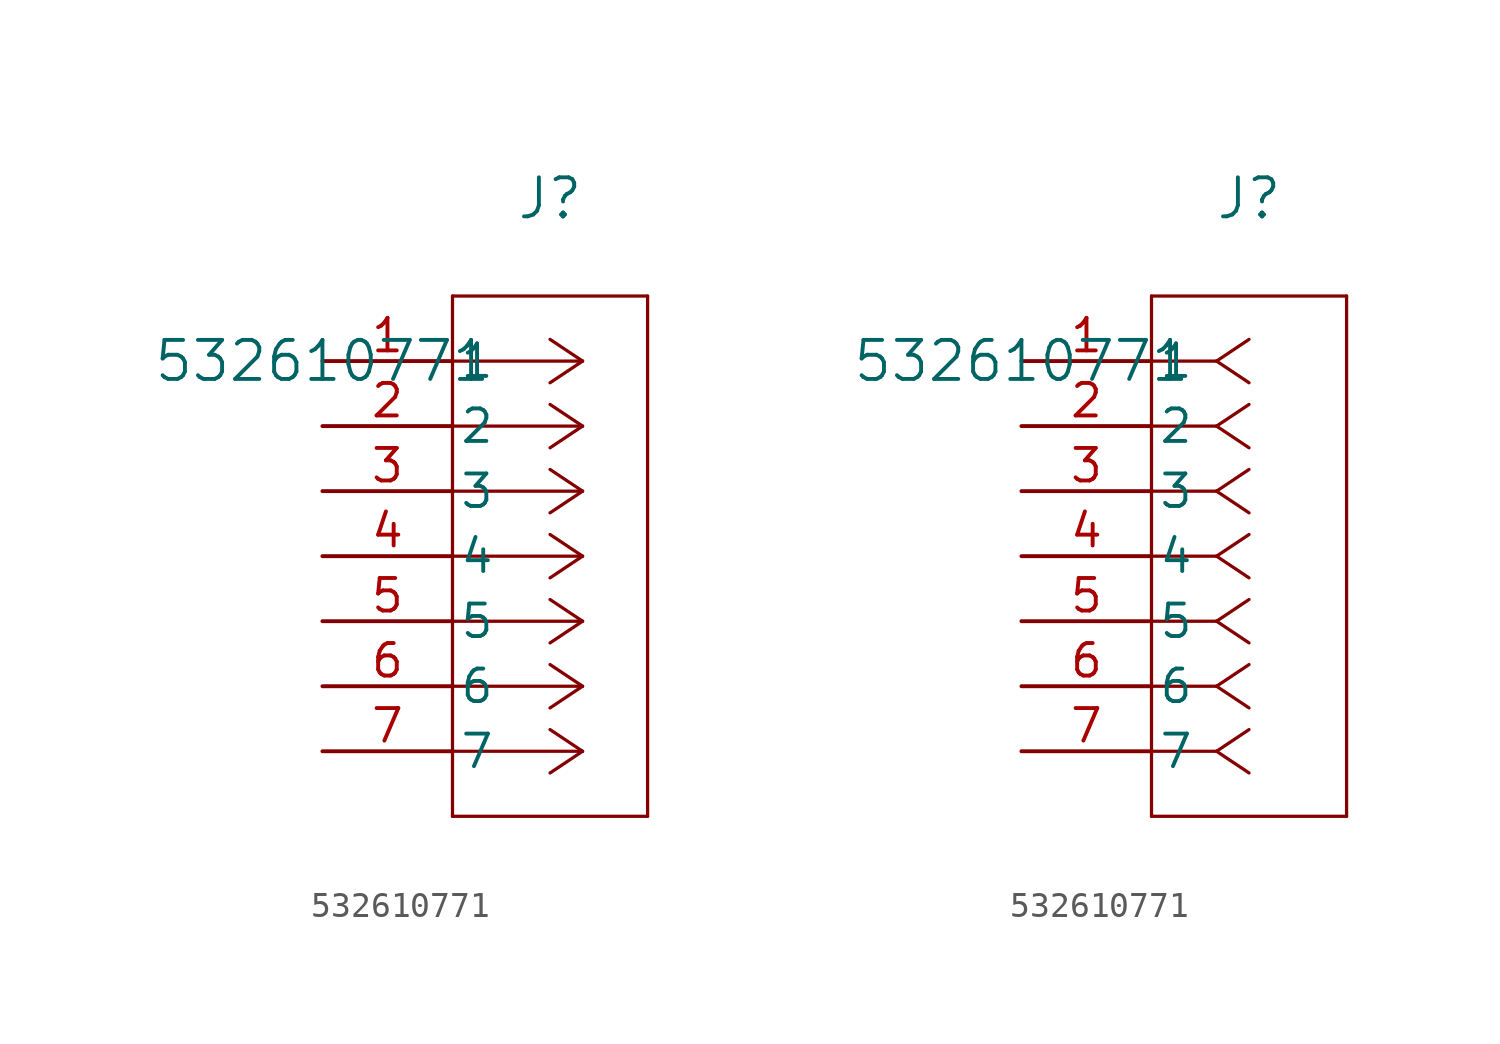
<source format=kicad_sym>
(kicad_symbol_lib
  (version 20211014)
  (generator kicad_symbol_editor)
  (symbol "532610771"
    (pin_names
      (offset 0.254))
    (property "Reference" "J"
      (at 8.89 6.35 0)
      (effects (font (size 1.524 1.524))))
    (property "Value" "532610771"
      (at 0 0 0)
      (effects (font (size 1.524 1.524))))
    (symbol "532610771_1_1"
      (polyline (pts (xy 10.16 0) (xy 5.08 0)) (stroke (width 0.127) (type default) (color 0 0 0 0)) (fill (type none)))
      (polyline (pts (xy 10.16 -2.54) (xy 5.08 -2.54)) (stroke (width 0.127) (type default) (color 0 0 0 0)) (fill (type none)))
      (polyline (pts (xy 10.16 -5.08) (xy 5.08 -5.08)) (stroke (width 0.127) (type default) (color 0 0 0 0)) (fill (type none)))
      (polyline (pts (xy 10.16 -7.62) (xy 5.08 -7.62)) (stroke (width 0.127) (type default) (color 0 0 0 0)) (fill (type none)))
      (polyline (pts (xy 10.16 -10.16) (xy 5.08 -10.16)) (stroke (width 0.127) (type default) (color 0 0 0 0)) (fill (type none)))
      (polyline (pts (xy 10.16 -12.7) (xy 5.08 -12.7)) (stroke (width 0.127) (type default) (color 0 0 0 0)) (fill (type none)))
      (polyline (pts (xy 10.16 -15.24) (xy 5.08 -15.24)) (stroke (width 0.127) (type default) (color 0 0 0 0)) (fill (type none)))
      (polyline (pts (xy 10.16 0) (xy 8.89 0.847)) (stroke (width 0.127) (type default) (color 0 0 0 0)) (fill (type none)))
      (polyline (pts (xy 10.16 -2.54) (xy 8.89 -1.693)) (stroke (width 0.127) (type default) (color 0 0 0 0)) (fill (type none)))
      (polyline (pts (xy 10.16 -5.08) (xy 8.89 -4.233)) (stroke (width 0.127) (type default) (color 0 0 0 0)) (fill (type none)))
      (polyline (pts (xy 10.16 -7.62) (xy 8.89 -6.773)) (stroke (width 0.127) (type default) (color 0 0 0 0)) (fill (type none)))
      (polyline (pts (xy 10.16 -10.16) (xy 8.89 -9.313)) (stroke (width 0.127) (type default) (color 0 0 0 0)) (fill (type none)))
      (polyline (pts (xy 10.16 -12.7) (xy 8.89 -11.853)) (stroke (width 0.127) (type default) (color 0 0 0 0)) (fill (type none)))
      (polyline (pts (xy 10.16 -15.24) (xy 8.89 -14.393)) (stroke (width 0.127) (type default) (color 0 0 0 0)) (fill (type none)))
      (polyline (pts (xy 10.16 0) (xy 8.89 -0.847)) (stroke (width 0.127) (type default) (color 0 0 0 0)) (fill (type none)))
      (polyline (pts (xy 10.16 -2.54) (xy 8.89 -3.387)) (stroke (width 0.127) (type default) (color 0 0 0 0)) (fill (type none)))
      (polyline (pts (xy 10.16 -5.08) (xy 8.89 -5.927)) (stroke (width 0.127) (type default) (color 0 0 0 0)) (fill (type none)))
      (polyline (pts (xy 10.16 -7.62) (xy 8.89 -8.467)) (stroke (width 0.127) (type default) (color 0 0 0 0)) (fill (type none)))
      (polyline (pts (xy 10.16 -10.16) (xy 8.89 -11.007)) (stroke (width 0.127) (type default) (color 0 0 0 0)) (fill (type none)))
      (polyline (pts (xy 10.16 -12.7) (xy 8.89 -13.547)) (stroke (width 0.127) (type default) (color 0 0 0 0)) (fill (type none)))
      (polyline (pts (xy 10.16 -15.24) (xy 8.89 -16.087)) (stroke (width 0.127) (type default) (color 0 0 0 0)) (fill (type none)))
      (polyline (pts (xy 5.08 2.54) (xy 5.08 -17.78)) (stroke (width 0.127) (type default) (color 0 0 0 0)) (fill (type none)))
      (polyline (pts (xy 5.08 -17.78) (xy 12.7 -17.78)) (stroke (width 0.127) (type default) (color 0 0 0 0)) (fill (type none)))
      (polyline (pts (xy 12.7 -17.78) (xy 12.7 2.54)) (stroke (width 0.127) (type default) (color 0 0 0 0)) (fill (type none)))
      (polyline (pts (xy 12.7 2.54) (xy 5.08 2.54)) (stroke (width 0.127) (type default) (color 0 0 0 0)) (fill (type none)))
      (pin unspecified line (at 0 0 0) (length 5.08) (name "1" (effects (font (size 1.27 1.27)))) (number "1" (effects (font (size 1.27 1.27)))))
      (pin unspecified line (at 0 -2.54 0) (length 5.08) (name "2" (effects (font (size 1.27 1.27)))) (number "2" (effects (font (size 1.27 1.27)))))
      (pin unspecified line (at 0 -5.08 0) (length 5.08) (name "3" (effects (font (size 1.27 1.27)))) (number "3" (effects (font (size 1.27 1.27)))))
      (pin unspecified line (at 0 -7.62 0) (length 5.08) (name "4" (effects (font (size 1.27 1.27)))) (number "4" (effects (font (size 1.27 1.27)))))
      (pin unspecified line (at 0 -10.16 0) (length 5.08) (name "5" (effects (font (size 1.27 1.27)))) (number "5" (effects (font (size 1.27 1.27)))))
      (pin unspecified line (at 0 -12.7 0) (length 5.08) (name "6" (effects (font (size 1.27 1.27)))) (number "6" (effects (font (size 1.27 1.27)))))
      (pin unspecified line (at 0 -15.24 0) (length 5.08) (name "7" (effects (font (size 1.27 1.27)))) (number "7" (effects (font (size 1.27 1.27))))))
    (symbol "532610771_1_2"
      (polyline (pts (xy 7.62 0) (xy 5.08 0)) (stroke (width 0.127) (type default) (color 0 0 0 0)) (fill (type none)))
      (polyline (pts (xy 7.62 -2.54) (xy 5.08 -2.54)) (stroke (width 0.127) (type default) (color 0 0 0 0)) (fill (type none)))
      (polyline (pts (xy 7.62 -5.08) (xy 5.08 -5.08)) (stroke (width 0.127) (type default) (color 0 0 0 0)) (fill (type none)))
      (polyline (pts (xy 7.62 -7.62) (xy 5.08 -7.62)) (stroke (width 0.127) (type default) (color 0 0 0 0)) (fill (type none)))
      (polyline (pts (xy 7.62 -10.16) (xy 5.08 -10.16)) (stroke (width 0.127) (type default) (color 0 0 0 0)) (fill (type none)))
      (polyline (pts (xy 7.62 -12.7) (xy 5.08 -12.7)) (stroke (width 0.127) (type default) (color 0 0 0 0)) (fill (type none)))
      (polyline (pts (xy 7.62 -15.24) (xy 5.08 -15.24)) (stroke (width 0.127) (type default) (color 0 0 0 0)) (fill (type none)))
      (polyline (pts (xy 7.62 0) (xy 8.89 0.847)) (stroke (width 0.127) (type default) (color 0 0 0 0)) (fill (type none)))
      (polyline (pts (xy 7.62 -2.54) (xy 8.89 -1.693)) (stroke (width 0.127) (type default) (color 0 0 0 0)) (fill (type none)))
      (polyline (pts (xy 7.62 -5.08) (xy 8.89 -4.233)) (stroke (width 0.127) (type default) (color 0 0 0 0)) (fill (type none)))
      (polyline (pts (xy 7.62 -7.62) (xy 8.89 -6.773)) (stroke (width 0.127) (type default) (color 0 0 0 0)) (fill (type none)))
      (polyline (pts (xy 7.62 -10.16) (xy 8.89 -9.313)) (stroke (width 0.127) (type default) (color 0 0 0 0)) (fill (type none)))
      (polyline (pts (xy 7.62 -12.7) (xy 8.89 -11.853)) (stroke (width 0.127) (type default) (color 0 0 0 0)) (fill (type none)))
      (polyline (pts (xy 7.62 -15.24) (xy 8.89 -14.393)) (stroke (width 0.127) (type default) (color 0 0 0 0)) (fill (type none)))
      (polyline (pts (xy 7.62 0) (xy 8.89 -0.847)) (stroke (width 0.127) (type default) (color 0 0 0 0)) (fill (type none)))
      (polyline (pts (xy 7.62 -2.54) (xy 8.89 -3.387)) (stroke (width 0.127) (type default) (color 0 0 0 0)) (fill (type none)))
      (polyline (pts (xy 7.62 -5.08) (xy 8.89 -5.927)) (stroke (width 0.127) (type default) (color 0 0 0 0)) (fill (type none)))
      (polyline (pts (xy 7.62 -7.62) (xy 8.89 -8.467)) (stroke (width 0.127) (type default) (color 0 0 0 0)) (fill (type none)))
      (polyline (pts (xy 7.62 -10.16) (xy 8.89 -11.007)) (stroke (width 0.127) (type default) (color 0 0 0 0)) (fill (type none)))
      (polyline (pts (xy 7.62 -12.7) (xy 8.89 -13.547)) (stroke (width 0.127) (type default) (color 0 0 0 0)) (fill (type none)))
      (polyline (pts (xy 7.62 -15.24) (xy 8.89 -16.087)) (stroke (width 0.127) (type default) (color 0 0 0 0)) (fill (type none)))
      (polyline (pts (xy 5.08 2.54) (xy 5.08 -17.78)) (stroke (width 0.127) (type default) (color 0 0 0 0)) (fill (type none)))
      (polyline (pts (xy 5.08 -17.78) (xy 12.7 -17.78)) (stroke (width 0.127) (type default) (color 0 0 0 0)) (fill (type none)))
      (polyline (pts (xy 12.7 -17.78) (xy 12.7 2.54)) (stroke (width 0.127) (type default) (color 0 0 0 0)) (fill (type none)))
      (polyline (pts (xy 12.7 2.54) (xy 5.08 2.54)) (stroke (width 0.127) (type default) (color 0 0 0 0)) (fill (type none)))
      (pin unspecified line (at 0 0 0) (length 5.08) (name "1" (effects (font (size 1.27 1.27)))) (number "1" (effects (font (size 1.27 1.27)))))
      (pin unspecified line (at 0 -2.54 0) (length 5.08) (name "2" (effects (font (size 1.27 1.27)))) (number "2" (effects (font (size 1.27 1.27)))))
      (pin unspecified line (at 0 -5.08 0) (length 5.08) (name "3" (effects (font (size 1.27 1.27)))) (number "3" (effects (font (size 1.27 1.27)))))
      (pin unspecified line (at 0 -7.62 0) (length 5.08) (name "4" (effects (font (size 1.27 1.27)))) (number "4" (effects (font (size 1.27 1.27)))))
      (pin unspecified line (at 0 -10.16 0) (length 5.08) (name "5" (effects (font (size 1.27 1.27)))) (number "5" (effects (font (size 1.27 1.27)))))
      (pin unspecified line (at 0 -12.7 0) (length 5.08) (name "6" (effects (font (size 1.27 1.27)))) (number "6" (effects (font (size 1.27 1.27)))))
      (pin unspecified line (at 0 -15.24 0) (length 5.08) (name "7" (effects (font (size 1.27 1.27)))) (number "7" (effects (font (size 1.27 1.27))))))))
</source>
